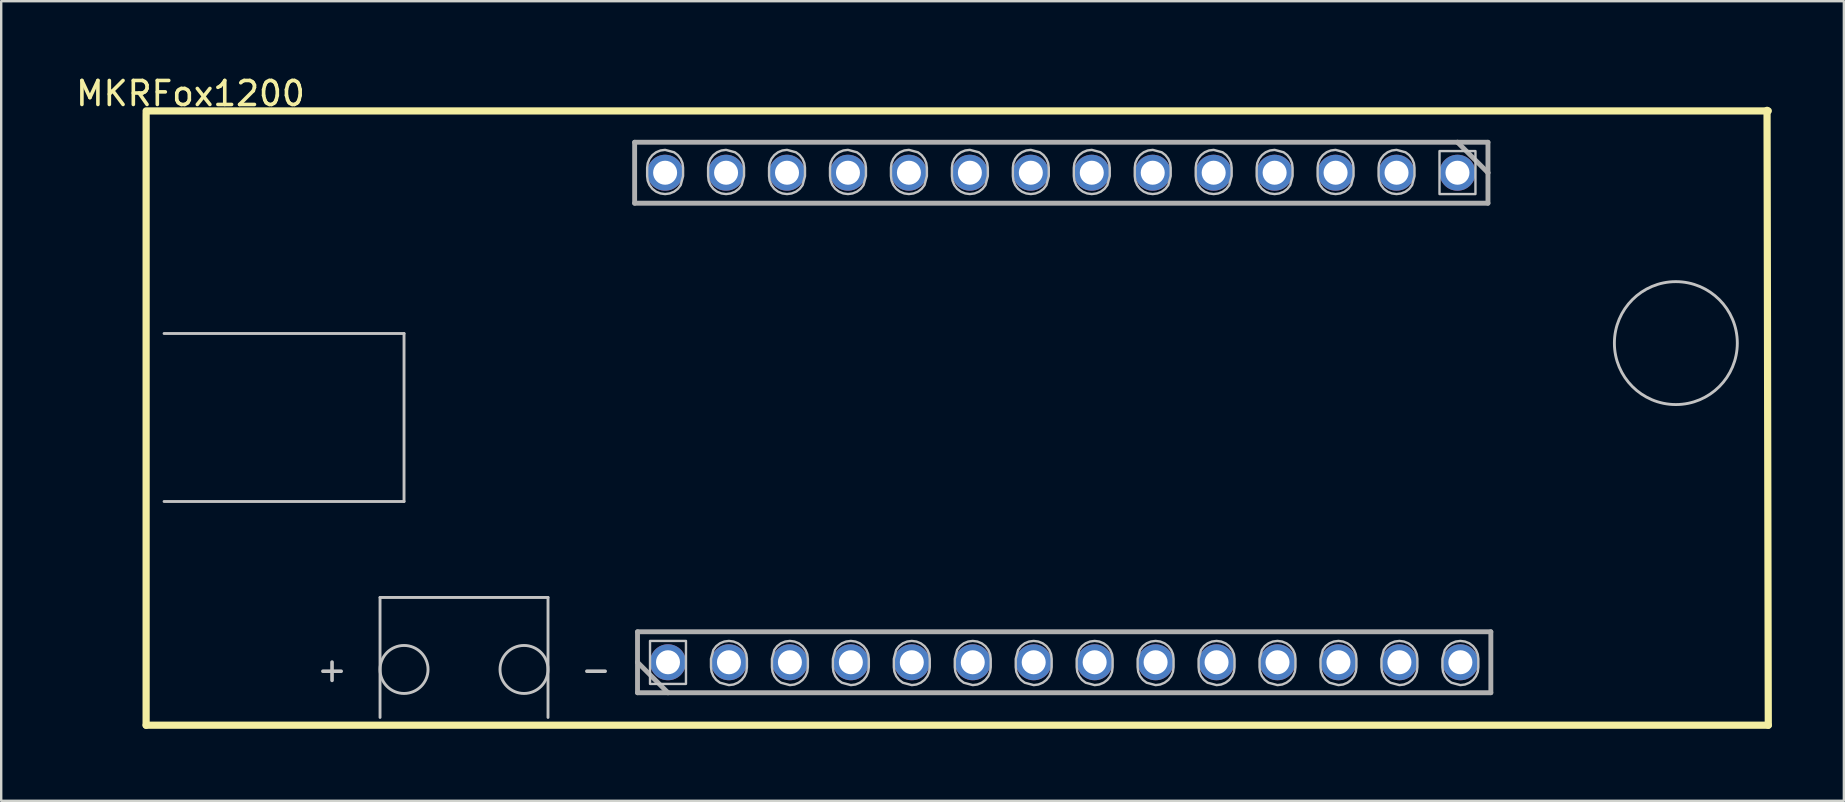
<source format=kicad_pcb>
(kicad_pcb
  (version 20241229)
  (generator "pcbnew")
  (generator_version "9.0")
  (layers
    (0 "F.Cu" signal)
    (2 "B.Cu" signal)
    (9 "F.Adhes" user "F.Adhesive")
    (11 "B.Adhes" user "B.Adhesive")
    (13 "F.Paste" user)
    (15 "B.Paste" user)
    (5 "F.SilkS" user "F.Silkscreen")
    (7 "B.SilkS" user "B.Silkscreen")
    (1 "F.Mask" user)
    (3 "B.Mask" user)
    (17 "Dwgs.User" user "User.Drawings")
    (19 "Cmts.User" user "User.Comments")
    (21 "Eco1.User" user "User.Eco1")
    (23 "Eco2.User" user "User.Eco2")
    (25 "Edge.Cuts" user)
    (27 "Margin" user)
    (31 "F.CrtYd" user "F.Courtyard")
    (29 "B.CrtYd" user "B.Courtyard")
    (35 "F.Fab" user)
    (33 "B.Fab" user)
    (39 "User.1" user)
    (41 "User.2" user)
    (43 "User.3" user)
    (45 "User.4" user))
  (footprint "MKRFox1200"
    (layer "F.Cu")
    (at 35.787 14.848)
    (property "Reference" "MKRFox1200" (at -30.9 -14 180) (layer "F.SilkS") (effects (font (size 1 1) (thickness 0.15))))
    (attr through_hole)
    (fp_poly (pts (xy -11.876 8.671) (xy -10.124 8.671) (xy -10.124 10.729) (xy -11.876 10.729)) (stroke (width 0) (type solid)) (fill yes) (layer "F.Mask"))
    (fp_poly (pts (xy 22.776 -9.671) (xy 21.024 -9.671) (xy 21.024 -11.729) (xy 22.776 -11.729)) (stroke (width 0) (type solid)) (fill yes) (layer "F.Mask"))
    (fp_poly (pts (xy -10.244 -10.84) (xy -10.244 -10.573) (xy -10.244 -10.573) (xy -10.272 -10.344) (xy -10.359 -10.131) (xy -10.498 -9.947) (xy -10.68 -9.805) (xy -11.12 -9.684) (xy -11.12 -9.684) (xy -11.348 -9.716) (xy -11.56 -9.805) (xy -11.742 -9.947) (xy -11.881 -10.131) (xy -11.968 -10.344) (xy -11.996 -10.573) (xy -11.996 -10.84) (xy -11.996 -10.84) (xy -11.966 -11.067) (xy -11.879 -11.278) (xy -11.74 -11.459) (xy -11.558 -11.599) (xy -11.347 -11.686) (xy -11.12 -11.716) (xy -11.12 -11.716) (xy -10.893 -11.686) (xy -10.682 -11.599) (xy -10.5 -11.459) (xy -10.361 -11.278)) (stroke (width 0) (type solid)) (fill yes) (layer "F.Mask"))
    (fp_poly (pts (xy -9.336 9.84) (xy -9.336 9.573) (xy -9.336 9.573) (xy -9.308 9.344) (xy -9.221 9.131) (xy -9.082 8.947) (xy -8.9 8.805) (xy -8.46 8.684) (xy -8.46 8.684) (xy -8.232 8.716) (xy -8.02 8.805) (xy -7.838 8.947) (xy -7.699 9.131) (xy -7.612 9.344) (xy -7.584 9.573) (xy -7.584 9.84) (xy -7.584 9.84) (xy -7.614 10.067) (xy -7.701 10.278) (xy -7.84 10.459) (xy -8.022 10.599) (xy -8.233 10.686) (xy -8.46 10.716) (xy -8.46 10.716) (xy -8.687 10.686) (xy -8.898 10.599) (xy -9.08 10.459) (xy -9.219 10.278)) (stroke (width 0) (type solid)) (fill yes) (layer "F.Mask"))
    (fp_poly (pts (xy -7.704 -10.84) (xy -7.704 -10.573) (xy -7.704 -10.573) (xy -7.732 -10.344) (xy -7.819 -10.131) (xy -7.958 -9.947) (xy -8.14 -9.805) (xy -8.58 -9.684) (xy -8.58 -9.684) (xy -8.808 -9.716) (xy -9.02 -9.805) (xy -9.202 -9.947) (xy -9.341 -10.131) (xy -9.428 -10.344) (xy -9.456 -10.573) (xy -9.456 -10.84) (xy -9.456 -10.84) (xy -9.426 -11.067) (xy -9.339 -11.278) (xy -9.2 -11.459) (xy -9.018 -11.599) (xy -8.807 -11.686) (xy -8.58 -11.716) (xy -8.58 -11.716) (xy -8.353 -11.686) (xy -8.142 -11.599) (xy -7.96 -11.459) (xy -7.821 -11.278)) (stroke (width 0) (type solid)) (fill yes) (layer "F.Mask"))
    (fp_poly (pts (xy -6.796 9.84) (xy -6.796 9.573) (xy -6.796 9.573) (xy -6.768 9.344) (xy -6.681 9.131) (xy -6.542 8.947) (xy -6.36 8.805) (xy -5.92 8.684) (xy -5.92 8.684) (xy -5.692 8.716) (xy -5.48 8.805) (xy -5.298 8.947) (xy -5.159 9.131) (xy -5.072 9.344) (xy -5.044 9.573) (xy -5.044 9.84) (xy -5.044 9.84) (xy -5.074 10.067) (xy -5.161 10.278) (xy -5.3 10.459) (xy -5.482 10.599) (xy -5.693 10.686) (xy -5.92 10.716) (xy -5.92 10.716) (xy -6.147 10.686) (xy -6.358 10.599) (xy -6.54 10.459) (xy -6.679 10.278)) (stroke (width 0) (type solid)) (fill yes) (layer "F.Mask"))
    (fp_poly (pts (xy -5.164 -10.84) (xy -5.164 -10.573) (xy -5.164 -10.573) (xy -5.192 -10.344) (xy -5.279 -10.131) (xy -5.418 -9.947) (xy -5.6 -9.805) (xy -6.04 -9.684) (xy -6.04 -9.684) (xy -6.268 -9.716) (xy -6.48 -9.805) (xy -6.662 -9.947) (xy -6.801 -10.131) (xy -6.888 -10.344) (xy -6.916 -10.573) (xy -6.916 -10.84) (xy -6.916 -10.84) (xy -6.886 -11.067) (xy -6.799 -11.278) (xy -6.66 -11.459) (xy -6.478 -11.599) (xy -6.267 -11.686) (xy -6.04 -11.716) (xy -6.04 -11.716) (xy -5.813 -11.686) (xy -5.602 -11.599) (xy -5.42 -11.459) (xy -5.281 -11.278)) (stroke (width 0) (type solid)) (fill yes) (layer "F.Mask"))
    (fp_poly (pts (xy -4.256 9.84) (xy -4.256 9.573) (xy -4.256 9.573) (xy -4.228 9.344) (xy -4.141 9.131) (xy -4.002 8.947) (xy -3.82 8.805) (xy -3.38 8.684) (xy -3.38 8.684) (xy -3.152 8.716) (xy -2.94 8.805) (xy -2.758 8.947) (xy -2.619 9.131) (xy -2.532 9.344) (xy -2.504 9.573) (xy -2.504 9.84) (xy -2.504 9.84) (xy -2.534 10.067) (xy -2.621 10.278) (xy -2.76 10.459) (xy -2.942 10.599) (xy -3.153 10.686) (xy -3.38 10.716) (xy -3.38 10.716) (xy -3.607 10.686) (xy -3.818 10.599) (xy -4 10.459) (xy -4.139 10.278)) (stroke (width 0) (type solid)) (fill yes) (layer "F.Mask"))
    (fp_poly (pts (xy -2.624 -10.84) (xy -2.624 -10.573) (xy -2.624 -10.573) (xy -2.652 -10.344) (xy -2.739 -10.131) (xy -2.878 -9.947) (xy -3.06 -9.805) (xy -3.5 -9.684) (xy -3.5 -9.684) (xy -3.728 -9.716) (xy -3.94 -9.805) (xy -4.122 -9.947) (xy -4.261 -10.131) (xy -4.348 -10.344) (xy -4.376 -10.573) (xy -4.376 -10.84) (xy -4.376 -10.84) (xy -4.346 -11.067) (xy -4.259 -11.278) (xy -4.12 -11.459) (xy -3.938 -11.599) (xy -3.727 -11.686) (xy -3.5 -11.716) (xy -3.5 -11.716) (xy -3.273 -11.686) (xy -3.062 -11.599) (xy -2.88 -11.459) (xy -2.741 -11.278)) (stroke (width 0) (type solid)) (fill yes) (layer "F.Mask"))
    (fp_poly (pts (xy -1.716 9.84) (xy -1.716 9.573) (xy -1.716 9.573) (xy -1.688 9.344) (xy -1.601 9.131) (xy -1.462 8.947) (xy -1.28 8.805) (xy -0.84 8.684) (xy -0.84 8.684) (xy -0.612 8.716) (xy -0.4 8.805) (xy -0.218 8.947) (xy -0.079 9.131) (xy 0.008 9.344) (xy 0.036 9.573) (xy 0.036 9.84) (xy 0.036 9.84) (xy 0.006 10.067) (xy -0.081 10.278) (xy -0.22 10.459) (xy -0.402 10.599) (xy -0.613 10.686) (xy -0.84 10.716) (xy -0.84 10.716) (xy -1.067 10.686) (xy -1.278 10.599) (xy -1.46 10.459) (xy -1.599 10.278)) (stroke (width 0) (type solid)) (fill yes) (layer "F.Mask"))
    (fp_poly (pts (xy -0.084 -10.84) (xy -0.084 -10.573) (xy -0.084 -10.573) (xy -0.112 -10.344) (xy -0.199 -10.131) (xy -0.338 -9.947) (xy -0.52 -9.805) (xy -0.96 -9.684) (xy -0.96 -9.684) (xy -1.188 -9.716) (xy -1.4 -9.805) (xy -1.582 -9.947) (xy -1.721 -10.131) (xy -1.808 -10.344) (xy -1.836 -10.573) (xy -1.836 -10.84) (xy -1.836 -10.84) (xy -1.806 -11.067) (xy -1.719 -11.278) (xy -1.58 -11.459) (xy -1.398 -11.599) (xy -1.187 -11.686) (xy -0.96 -11.716) (xy -0.96 -11.716) (xy -0.733 -11.686) (xy -0.522 -11.599) (xy -0.34 -11.459) (xy -0.201 -11.278)) (stroke (width 0) (type solid)) (fill yes) (layer "F.Mask"))
    (fp_poly (pts (xy 0.824 9.84) (xy 0.824 9.573) (xy 0.824 9.573) (xy 0.852 9.344) (xy 0.939 9.131) (xy 1.078 8.947) (xy 1.26 8.805) (xy 1.7 8.684) (xy 1.7 8.684) (xy 1.928 8.716) (xy 2.14 8.805) (xy 2.322 8.947) (xy 2.461 9.131) (xy 2.548 9.344) (xy 2.576 9.573) (xy 2.576 9.84) (xy 2.576 9.84) (xy 2.546 10.067) (xy 2.459 10.278) (xy 2.32 10.459) (xy 2.138 10.599) (xy 1.927 10.686) (xy 1.7 10.716) (xy 1.7 10.716) (xy 1.473 10.686) (xy 1.262 10.599) (xy 1.08 10.459) (xy 0.941 10.278)) (stroke (width 0) (type solid)) (fill yes) (layer "F.Mask"))
    (fp_poly (pts (xy 2.456 -10.84) (xy 2.456 -10.573) (xy 2.456 -10.573) (xy 2.428 -10.344) (xy 2.341 -10.131) (xy 2.202 -9.947) (xy 2.02 -9.805) (xy 1.58 -9.684) (xy 1.58 -9.684) (xy 1.352 -9.716) (xy 1.14 -9.805) (xy 0.958 -9.947) (xy 0.819 -10.131) (xy 0.732 -10.344) (xy 0.704 -10.573) (xy 0.704 -10.84) (xy 0.704 -10.84) (xy 0.734 -11.067) (xy 0.821 -11.278) (xy 0.96 -11.459) (xy 1.142 -11.599) (xy 1.353 -11.686) (xy 1.58 -11.716) (xy 1.58 -11.716) (xy 1.807 -11.686) (xy 2.018 -11.599) (xy 2.2 -11.459) (xy 2.339 -11.278)) (stroke (width 0) (type solid)) (fill yes) (layer "F.Mask"))
    (fp_poly (pts (xy 3.364 9.84) (xy 3.364 9.573) (xy 3.364 9.573) (xy 3.392 9.344) (xy 3.479 9.131) (xy 3.618 8.947) (xy 3.8 8.805) (xy 4.24 8.684) (xy 4.24 8.684) (xy 4.468 8.716) (xy 4.68 8.805) (xy 4.862 8.947) (xy 5.001 9.131) (xy 5.088 9.344) (xy 5.116 9.573) (xy 5.116 9.84) (xy 5.116 9.84) (xy 5.086 10.067) (xy 4.999 10.278) (xy 4.86 10.459) (xy 4.678 10.599) (xy 4.467 10.686) (xy 4.24 10.716) (xy 4.24 10.716) (xy 4.013 10.686) (xy 3.802 10.599) (xy 3.62 10.459) (xy 3.481 10.278)) (stroke (width 0) (type solid)) (fill yes) (layer "F.Mask"))
    (fp_poly (pts (xy 4.996 -10.84) (xy 4.996 -10.573) (xy 4.996 -10.573) (xy 4.968 -10.344) (xy 4.881 -10.131) (xy 4.742 -9.947) (xy 4.56 -9.805) (xy 4.12 -9.684) (xy 4.12 -9.684) (xy 3.892 -9.716) (xy 3.68 -9.805) (xy 3.498 -9.947) (xy 3.359 -10.131) (xy 3.272 -10.344) (xy 3.244 -10.573) (xy 3.244 -10.84) (xy 3.244 -10.84) (xy 3.274 -11.067) (xy 3.361 -11.278) (xy 3.5 -11.459) (xy 3.682 -11.599) (xy 3.893 -11.686) (xy 4.12 -11.716) (xy 4.12 -11.716) (xy 4.347 -11.686) (xy 4.558 -11.599) (xy 4.74 -11.459) (xy 4.879 -11.278)) (stroke (width 0) (type solid)) (fill yes) (layer "F.Mask"))
    (fp_poly (pts (xy 5.904 9.84) (xy 5.904 9.573) (xy 5.904 9.573) (xy 5.932 9.344) (xy 6.019 9.131) (xy 6.158 8.947) (xy 6.34 8.805) (xy 6.78 8.684) (xy 6.78 8.684) (xy 7.008 8.716) (xy 7.22 8.805) (xy 7.402 8.947) (xy 7.541 9.131) (xy 7.628 9.344) (xy 7.656 9.573) (xy 7.656 9.84) (xy 7.656 9.84) (xy 7.626 10.067) (xy 7.539 10.278) (xy 7.4 10.459) (xy 7.218 10.599) (xy 7.007 10.686) (xy 6.78 10.716) (xy 6.78 10.716) (xy 6.553 10.686) (xy 6.342 10.599) (xy 6.16 10.459) (xy 6.021 10.278)) (stroke (width 0) (type solid)) (fill yes) (layer "F.Mask"))
    (fp_poly (pts (xy 7.536 -10.84) (xy 7.536 -10.573) (xy 7.536 -10.573) (xy 7.508 -10.344) (xy 7.421 -10.131) (xy 7.282 -9.947) (xy 7.1 -9.805) (xy 6.66 -9.684) (xy 6.66 -9.684) (xy 6.432 -9.716) (xy 6.22 -9.805) (xy 6.038 -9.947) (xy 5.899 -10.131) (xy 5.812 -10.344) (xy 5.784 -10.573) (xy 5.784 -10.84) (xy 5.784 -10.84) (xy 5.814 -11.067) (xy 5.901 -11.278) (xy 6.04 -11.459) (xy 6.222 -11.599) (xy 6.433 -11.686) (xy 6.66 -11.716) (xy 6.66 -11.716) (xy 6.887 -11.686) (xy 7.098 -11.599) (xy 7.28 -11.459) (xy 7.419 -11.278)) (stroke (width 0) (type solid)) (fill yes) (layer "F.Mask"))
    (fp_poly (pts (xy 8.444 9.84) (xy 8.444 9.573) (xy 8.444 9.573) (xy 8.472 9.344) (xy 8.559 9.131) (xy 8.698 8.947) (xy 8.88 8.805) (xy 9.32 8.684) (xy 9.32 8.684) (xy 9.548 8.716) (xy 9.76 8.805) (xy 9.942 8.947) (xy 10.081 9.131) (xy 10.168 9.344) (xy 10.196 9.573) (xy 10.196 9.84) (xy 10.196 9.84) (xy 10.166 10.067) (xy 10.079 10.278) (xy 9.94 10.459) (xy 9.758 10.599) (xy 9.547 10.686) (xy 9.32 10.716) (xy 9.32 10.716) (xy 9.093 10.686) (xy 8.882 10.599) (xy 8.7 10.459) (xy 8.561 10.278)) (stroke (width 0) (type solid)) (fill yes) (layer "F.Mask"))
    (fp_poly (pts (xy 10.076 -10.84) (xy 10.076 -10.573) (xy 10.076 -10.573) (xy 10.048 -10.344) (xy 9.961 -10.131) (xy 9.822 -9.947) (xy 9.64 -9.805) (xy 9.2 -9.684) (xy 9.2 -9.684) (xy 8.972 -9.716) (xy 8.76 -9.805) (xy 8.578 -9.947) (xy 8.439 -10.131) (xy 8.352 -10.344) (xy 8.324 -10.573) (xy 8.324 -10.84) (xy 8.324 -10.84) (xy 8.354 -11.067) (xy 8.441 -11.278) (xy 8.58 -11.459) (xy 8.762 -11.599) (xy 8.973 -11.686) (xy 9.2 -11.716) (xy 9.2 -11.716) (xy 9.427 -11.686) (xy 9.638 -11.599) (xy 9.82 -11.459) (xy 9.959 -11.278)) (stroke (width 0) (type solid)) (fill yes) (layer "F.Mask"))
    (fp_poly (pts (xy 10.984 9.84) (xy 10.984 9.573) (xy 10.984 9.573) (xy 11.012 9.344) (xy 11.099 9.131) (xy 11.238 8.947) (xy 11.42 8.805) (xy 11.86 8.684) (xy 11.86 8.684) (xy 12.088 8.716) (xy 12.3 8.805) (xy 12.482 8.947) (xy 12.621 9.131) (xy 12.708 9.344) (xy 12.736 9.573) (xy 12.736 9.84) (xy 12.736 9.84) (xy 12.706 10.067) (xy 12.619 10.278) (xy 12.48 10.459) (xy 12.298 10.599) (xy 12.087 10.686) (xy 11.86 10.716) (xy 11.86 10.716) (xy 11.633 10.686) (xy 11.422 10.599) (xy 11.24 10.459) (xy 11.101 10.278)) (stroke (width 0) (type solid)) (fill yes) (layer "F.Mask"))
    (fp_poly (pts (xy 12.616 -10.84) (xy 12.616 -10.573) (xy 12.616 -10.573) (xy 12.588 -10.344) (xy 12.501 -10.131) (xy 12.362 -9.947) (xy 12.18 -9.805) (xy 11.74 -9.684) (xy 11.74 -9.684) (xy 11.512 -9.716) (xy 11.3 -9.805) (xy 11.118 -9.947) (xy 10.979 -10.131) (xy 10.892 -10.344) (xy 10.864 -10.573) (xy 10.864 -10.84) (xy 10.864 -10.84) (xy 10.894 -11.067) (xy 10.981 -11.278) (xy 11.12 -11.459) (xy 11.302 -11.599) (xy 11.513 -11.686) (xy 11.74 -11.716) (xy 11.74 -11.716) (xy 11.967 -11.686) (xy 12.178 -11.599) (xy 12.36 -11.459) (xy 12.499 -11.278)) (stroke (width 0) (type solid)) (fill yes) (layer "F.Mask"))
    (fp_poly (pts (xy 13.524 9.84) (xy 13.524 9.573) (xy 13.524 9.573) (xy 13.552 9.344) (xy 13.639 9.131) (xy 13.778 8.947) (xy 13.96 8.805) (xy 14.4 8.684) (xy 14.4 8.684) (xy 14.628 8.716) (xy 14.84 8.805) (xy 15.022 8.947) (xy 15.161 9.131) (xy 15.248 9.344) (xy 15.276 9.573) (xy 15.276 9.84) (xy 15.276 9.84) (xy 15.246 10.067) (xy 15.159 10.278) (xy 15.02 10.459) (xy 14.838 10.599) (xy 14.627 10.686) (xy 14.4 10.716) (xy 14.4 10.716) (xy 14.173 10.686) (xy 13.962 10.599) (xy 13.78 10.459) (xy 13.641 10.278)) (stroke (width 0) (type solid)) (fill yes) (layer "F.Mask"))
    (fp_poly (pts (xy 15.156 -10.84) (xy 15.156 -10.573) (xy 15.156 -10.573) (xy 15.128 -10.344) (xy 15.041 -10.131) (xy 14.902 -9.947) (xy 14.72 -9.805) (xy 14.28 -9.684) (xy 14.28 -9.684) (xy 14.052 -9.716) (xy 13.84 -9.805) (xy 13.658 -9.947) (xy 13.519 -10.131) (xy 13.432 -10.344) (xy 13.404 -10.573) (xy 13.404 -10.84) (xy 13.404 -10.84) (xy 13.434 -11.067) (xy 13.521 -11.278) (xy 13.66 -11.459) (xy 13.842 -11.599) (xy 14.053 -11.686) (xy 14.28 -11.716) (xy 14.28 -11.716) (xy 14.507 -11.686) (xy 14.718 -11.599) (xy 14.9 -11.459) (xy 15.039 -11.278)) (stroke (width 0) (type solid)) (fill yes) (layer "F.Mask"))
    (fp_poly (pts (xy 16.064 9.84) (xy 16.064 9.573) (xy 16.064 9.573) (xy 16.092 9.344) (xy 16.179 9.131) (xy 16.318 8.947) (xy 16.5 8.805) (xy 16.94 8.684) (xy 16.94 8.684) (xy 17.168 8.716) (xy 17.38 8.805) (xy 17.562 8.947) (xy 17.701 9.131) (xy 17.788 9.344) (xy 17.816 9.573) (xy 17.816 9.84) (xy 17.816 9.84) (xy 17.786 10.067) (xy 17.699 10.278) (xy 17.56 10.459) (xy 17.378 10.599) (xy 17.167 10.686) (xy 16.94 10.716) (xy 16.94 10.716) (xy 16.713 10.686) (xy 16.502 10.599) (xy 16.32 10.459) (xy 16.181 10.278)) (stroke (width 0) (type solid)) (fill yes) (layer "F.Mask"))
    (fp_poly (pts (xy 17.696 -10.84) (xy 17.696 -10.573) (xy 17.696 -10.573) (xy 17.668 -10.344) (xy 17.581 -10.131) (xy 17.442 -9.947) (xy 17.26 -9.805) (xy 16.82 -9.684) (xy 16.82 -9.684) (xy 16.592 -9.716) (xy 16.38 -9.805) (xy 16.198 -9.947) (xy 16.059 -10.131) (xy 15.972 -10.344) (xy 15.944 -10.573) (xy 15.944 -10.84) (xy 15.944 -10.84) (xy 15.974 -11.067) (xy 16.061 -11.278) (xy 16.2 -11.459) (xy 16.382 -11.599) (xy 16.593 -11.686) (xy 16.82 -11.716) (xy 16.82 -11.716) (xy 17.047 -11.686) (xy 17.258 -11.599) (xy 17.44 -11.459) (xy 17.579 -11.278)) (stroke (width 0) (type solid)) (fill yes) (layer "F.Mask"))
    (fp_poly (pts (xy 18.604 9.84) (xy 18.604 9.573) (xy 18.604 9.573) (xy 18.632 9.344) (xy 18.719 9.131) (xy 18.858 8.947) (xy 19.04 8.805) (xy 19.48 8.684) (xy 19.48 8.684) (xy 19.708 8.716) (xy 19.92 8.805) (xy 20.102 8.947) (xy 20.241 9.131) (xy 20.328 9.344) (xy 20.356 9.573) (xy 20.356 9.84) (xy 20.356 9.84) (xy 20.326 10.067) (xy 20.239 10.278) (xy 20.1 10.459) (xy 19.918 10.599) (xy 19.707 10.686) (xy 19.48 10.716) (xy 19.48 10.716) (xy 19.253 10.686) (xy 19.042 10.599) (xy 18.86 10.459) (xy 18.721 10.278)) (stroke (width 0) (type solid)) (fill yes) (layer "F.Mask"))
    (fp_poly (pts (xy 20.236 -10.84) (xy 20.236 -10.573) (xy 20.236 -10.573) (xy 20.208 -10.344) (xy 20.121 -10.131) (xy 19.982 -9.947) (xy 19.8 -9.805) (xy 19.36 -9.684) (xy 19.36 -9.684) (xy 19.132 -9.716) (xy 18.92 -9.805) (xy 18.738 -9.947) (xy 18.599 -10.131) (xy 18.512 -10.344) (xy 18.484 -10.573) (xy 18.484 -10.84) (xy 18.484 -10.84) (xy 18.514 -11.067) (xy 18.601 -11.278) (xy 18.74 -11.459) (xy 18.922 -11.599) (xy 19.133 -11.686) (xy 19.36 -11.716) (xy 19.36 -11.716) (xy 19.587 -11.686) (xy 19.798 -11.599) (xy 19.98 -11.459) (xy 20.119 -11.278)) (stroke (width 0) (type solid)) (fill yes) (layer "F.Mask"))
    (fp_poly (pts (xy 21.144 9.84) (xy 21.144 9.573) (xy 21.144 9.573) (xy 21.172 9.344) (xy 21.259 9.131) (xy 21.398 8.947) (xy 21.58 8.805) (xy 22.02 8.684) (xy 22.02 8.684) (xy 22.248 8.716) (xy 22.46 8.805) (xy 22.642 8.947) (xy 22.781 9.131) (xy 22.868 9.344) (xy 22.896 9.573) (xy 22.896 9.84) (xy 22.896 9.84) (xy 22.866 10.067) (xy 22.779 10.278) (xy 22.64 10.459) (xy 22.458 10.599) (xy 22.247 10.686) (xy 22.02 10.716) (xy 22.02 10.716) (xy 21.793 10.686) (xy 21.582 10.599) (xy 21.4 10.459) (xy 21.261 10.278)) (stroke (width 0) (type solid)) (fill yes) (layer "F.Mask"))
    (fp_line (start -32.748 -13.176) (end -32.748 12.324) (stroke (width 0.3) (type solid)) (layer "F.SilkS"))
    (fp_line (start -32.748 12.324) (end 34.852 12.324) (stroke (width 0.3) (type solid)) (layer "F.SilkS"))
    (fp_line (start 34.852 -13.276) (end -32.748 -13.276) (stroke (width 0.3) (type solid)) (layer "F.SilkS"))
    (fp_line (start 34.852 12.324) (end 34.8 -13.3) (stroke (width 0.3) (type solid)) (layer "F.SilkS"))
    (fp_line (start -32 -4) (end -22 -4) (stroke (width 0.12) (type solid)) (layer "Dwgs.User"))
    (fp_line (start -23 7) (end -16 7) (stroke (width 0.12) (type solid)) (layer "Dwgs.User"))
    (fp_line (start -23 12) (end -23 7) (stroke (width 0.12) (type solid)) (layer "Dwgs.User"))
    (fp_line (start -22 -4) (end -22 3) (stroke (width 0.12) (type solid)) (layer "Dwgs.User"))
    (fp_line (start -22 3) (end -32 3) (stroke (width 0.12) (type solid)) (layer "Dwgs.User"))
    (fp_line (start -16 7) (end -16 12) (stroke (width 0.12) (type solid)) (layer "Dwgs.User"))
    (fp_line (start -11 10.05) (end -11 9.35) (stroke (width 0.05) (type solid)) (layer "Dwgs.User"))
    (fp_line (start -10.65 9.7) (end -11.35 9.7) (stroke (width 0.05) (type solid)) (layer "Dwgs.User"))
    (fp_line (start 21.55 -10.7) (end 22.25 -10.7) (stroke (width 0.05) (type solid)) (layer "Dwgs.User"))
    (fp_line (start 21.9 -11.05) (end 21.9 -10.35) (stroke (width 0.05) (type solid)) (layer "Dwgs.User"))
    (fp_circle (center -22 10) (end -22 9) (stroke (width 0.12) (type solid)) (fill no) (layer "Dwgs.User"))
    (fp_circle (center -17 10) (end -18 10) (stroke (width 0.12) (type solid)) (fill no) (layer "Dwgs.User"))
    (fp_circle (center -11 9.7) (end -10.75 9.7) (stroke (width 0.05) (type solid)) (fill no) (layer "Dwgs.User"))
    (fp_circle (center 21.9 -10.7) (end 21.65 -10.7) (stroke (width 0.05) (type solid)) (fill no) (layer "Dwgs.User"))
    (fp_circle (center 31 -3.6) (end 29 -5.2) (stroke (width 0.12) (type solid)) (fill no) (layer "Dwgs.User"))
    (fp_poly (pts (xy -11 8.811) (xy -11.749 8.811) (xy -11.749 10.602) (xy -10.251 10.602) (xy -10.251 8.811)) (stroke (width 0.1) (type solid)) (fill no) (layer "Dwgs.User"))
    (fp_poly (pts (xy 21.9 -9.811) (xy 22.649 -9.811) (xy 22.649 -11.602) (xy 21.151 -11.602) (xy 21.151 -9.811)) (stroke (width 0.1) (type solid)) (fill no) (layer "Dwgs.User"))
    (fp_poly (pts (xy -11.12 -9.811) (xy -11.12 -9.811) (xy -10.926 -9.837) (xy -10.745 -9.911) (xy -10.59 -10.03) (xy -10.471 -10.186) (xy -10.371 -10.56) (xy -10.371 -10.7) (xy -10.371 -10.903) (xy -10.371 -10.903) (xy -10.396 -11.097) (xy -10.471 -11.278) (xy -10.59 -11.433) (xy -10.745 -11.552) (xy -11.12 -11.652) (xy -11.12 -11.652) (xy -11.314 -11.627) (xy -11.495 -11.552) (xy -11.65 -11.433) (xy -11.769 -11.278) (xy -11.844 -11.097) (xy -11.869 -10.903) (xy -11.869 -10.7) (xy -11.869 -10.56) (xy -11.869 -10.56) (xy -11.844 -10.366) (xy -11.769 -10.186) (xy -11.65 -10.03) (xy -11.495 -9.911) (xy -11.314 -9.837)) (stroke (width 0.1) (type solid)) (fill no) (layer "Dwgs.User"))
    (fp_poly (pts (xy -8.58 -9.811) (xy -8.58 -9.811) (xy -8.386 -9.837) (xy -8.205 -9.911) (xy -8.05 -10.03) (xy -7.931 -10.186) (xy -7.831 -10.56) (xy -7.831 -10.7) (xy -7.831 -10.903) (xy -7.831 -10.903) (xy -7.856 -11.097) (xy -7.931 -11.278) (xy -8.05 -11.433) (xy -8.205 -11.552) (xy -8.58 -11.652) (xy -8.58 -11.652) (xy -8.774 -11.627) (xy -8.955 -11.552) (xy -9.11 -11.433) (xy -9.229 -11.278) (xy -9.304 -11.097) (xy -9.329 -10.903) (xy -9.329 -10.7) (xy -9.329 -10.56) (xy -9.329 -10.56) (xy -9.304 -10.366) (xy -9.229 -10.186) (xy -9.11 -10.03) (xy -8.955 -9.911) (xy -8.774 -9.837)) (stroke (width 0.1) (type solid)) (fill no) (layer "Dwgs.User"))
    (fp_poly (pts (xy -8.46 8.811) (xy -8.46 8.811) (xy -8.654 8.837) (xy -8.835 8.911) (xy -8.99 9.03) (xy -9.109 9.186) (xy -9.209 9.56) (xy -9.209 9.7) (xy -9.209 9.903) (xy -9.209 9.903) (xy -9.184 10.097) (xy -9.109 10.278) (xy -8.99 10.433) (xy -8.835 10.552) (xy -8.46 10.652) (xy -8.46 10.652) (xy -8.266 10.627) (xy -8.085 10.552) (xy -7.93 10.433) (xy -7.811 10.278) (xy -7.736 10.097) (xy -7.711 9.903) (xy -7.711 9.7) (xy -7.711 9.56) (xy -7.711 9.56) (xy -7.736 9.366) (xy -7.811 9.186) (xy -7.93 9.03) (xy -8.085 8.911) (xy -8.266 8.837)) (stroke (width 0.1) (type solid)) (fill no) (layer "Dwgs.User"))
    (fp_poly (pts (xy -6.04 -9.811) (xy -6.04 -9.811) (xy -5.846 -9.837) (xy -5.665 -9.911) (xy -5.51 -10.03) (xy -5.391 -10.186) (xy -5.291 -10.56) (xy -5.291 -10.7) (xy -5.291 -10.903) (xy -5.291 -10.903) (xy -5.316 -11.097) (xy -5.391 -11.278) (xy -5.51 -11.433) (xy -5.665 -11.552) (xy -6.04 -11.652) (xy -6.04 -11.652) (xy -6.234 -11.627) (xy -6.415 -11.552) (xy -6.57 -11.433) (xy -6.689 -11.278) (xy -6.764 -11.097) (xy -6.789 -10.903) (xy -6.789 -10.7) (xy -6.789 -10.56) (xy -6.789 -10.56) (xy -6.764 -10.366) (xy -6.689 -10.186) (xy -6.57 -10.03) (xy -6.415 -9.911) (xy -6.234 -9.837)) (stroke (width 0.1) (type solid)) (fill no) (layer "Dwgs.User"))
    (fp_poly (pts (xy -5.92 8.811) (xy -5.92 8.811) (xy -6.114 8.837) (xy -6.295 8.911) (xy -6.45 9.03) (xy -6.569 9.186) (xy -6.669 9.56) (xy -6.669 9.7) (xy -6.669 9.903) (xy -6.669 9.903) (xy -6.644 10.097) (xy -6.569 10.278) (xy -6.45 10.433) (xy -6.295 10.552) (xy -5.92 10.652) (xy -5.92 10.652) (xy -5.726 10.627) (xy -5.545 10.552) (xy -5.39 10.433) (xy -5.271 10.278) (xy -5.196 10.097) (xy -5.171 9.903) (xy -5.171 9.7) (xy -5.171 9.56) (xy -5.171 9.56) (xy -5.196 9.366) (xy -5.271 9.186) (xy -5.39 9.03) (xy -5.545 8.911) (xy -5.726 8.837)) (stroke (width 0.1) (type solid)) (fill no) (layer "Dwgs.User"))
    (fp_poly (pts (xy -3.5 -9.811) (xy -3.5 -9.811) (xy -3.306 -9.837) (xy -3.125 -9.911) (xy -2.97 -10.03) (xy -2.851 -10.186) (xy -2.751 -10.56) (xy -2.751 -10.7) (xy -2.751 -10.903) (xy -2.751 -10.903) (xy -2.776 -11.097) (xy -2.851 -11.278) (xy -2.97 -11.433) (xy -3.125 -11.552) (xy -3.5 -11.652) (xy -3.5 -11.652) (xy -3.694 -11.627) (xy -3.875 -11.552) (xy -4.03 -11.433) (xy -4.149 -11.278) (xy -4.224 -11.097) (xy -4.249 -10.903) (xy -4.249 -10.7) (xy -4.249 -10.56) (xy -4.249 -10.56) (xy -4.224 -10.366) (xy -4.149 -10.186) (xy -4.03 -10.03) (xy -3.875 -9.911) (xy -3.694 -9.837)) (stroke (width 0.1) (type solid)) (fill no) (layer "Dwgs.User"))
    (fp_poly (pts (xy -3.38 8.811) (xy -3.38 8.811) (xy -3.574 8.837) (xy -3.755 8.911) (xy -3.91 9.03) (xy -4.029 9.186) (xy -4.129 9.56) (xy -4.129 9.7) (xy -4.129 9.903) (xy -4.129 9.903) (xy -4.104 10.097) (xy -4.029 10.278) (xy -3.91 10.433) (xy -3.755 10.552) (xy -3.38 10.652) (xy -3.38 10.652) (xy -3.186 10.627) (xy -3.005 10.552) (xy -2.85 10.433) (xy -2.731 10.278) (xy -2.656 10.097) (xy -2.631 9.903) (xy -2.631 9.7) (xy -2.631 9.56) (xy -2.631 9.56) (xy -2.656 9.366) (xy -2.731 9.186) (xy -2.85 9.03) (xy -3.005 8.911) (xy -3.186 8.837)) (stroke (width 0.1) (type solid)) (fill no) (layer "Dwgs.User"))
    (fp_poly (pts (xy -0.96 -9.811) (xy -0.96 -9.811) (xy -0.766 -9.837) (xy -0.585 -9.911) (xy -0.43 -10.03) (xy -0.311 -10.186) (xy -0.211 -10.56) (xy -0.211 -10.7) (xy -0.211 -10.903) (xy -0.211 -10.903) (xy -0.236 -11.097) (xy -0.311 -11.278) (xy -0.43 -11.433) (xy -0.585 -11.552) (xy -0.96 -11.652) (xy -0.96 -11.652) (xy -1.154 -11.627) (xy -1.335 -11.552) (xy -1.49 -11.433) (xy -1.609 -11.278) (xy -1.684 -11.097) (xy -1.709 -10.903) (xy -1.709 -10.7) (xy -1.709 -10.56) (xy -1.709 -10.56) (xy -1.684 -10.366) (xy -1.609 -10.186) (xy -1.49 -10.03) (xy -1.335 -9.911) (xy -1.154 -9.837)) (stroke (width 0.1) (type solid)) (fill no) (layer "Dwgs.User"))
    (fp_poly (pts (xy -0.84 8.811) (xy -0.84 8.811) (xy -1.034 8.837) (xy -1.215 8.911) (xy -1.37 9.03) (xy -1.489 9.186) (xy -1.589 9.56) (xy -1.589 9.7) (xy -1.589 9.903) (xy -1.589 9.903) (xy -1.564 10.097) (xy -1.489 10.278) (xy -1.37 10.433) (xy -1.215 10.552) (xy -0.84 10.652) (xy -0.84 10.652) (xy -0.646 10.627) (xy -0.465 10.552) (xy -0.31 10.433) (xy -0.191 10.278) (xy -0.116 10.097) (xy -0.091 9.903) (xy -0.091 9.7) (xy -0.091 9.56) (xy -0.091 9.56) (xy -0.116 9.366) (xy -0.191 9.186) (xy -0.31 9.03) (xy -0.465 8.911) (xy -0.646 8.837)) (stroke (width 0.1) (type solid)) (fill no) (layer "Dwgs.User"))
    (fp_poly (pts (xy 1.58 -9.811) (xy 1.58 -9.811) (xy 1.774 -9.837) (xy 1.955 -9.911) (xy 2.11 -10.03) (xy 2.229 -10.186) (xy 2.329 -10.56) (xy 2.329 -10.7) (xy 2.329 -10.903) (xy 2.329 -10.903) (xy 2.304 -11.097) (xy 2.229 -11.278) (xy 2.11 -11.433) (xy 1.955 -11.552) (xy 1.58 -11.652) (xy 1.58 -11.652) (xy 1.386 -11.627) (xy 1.205 -11.552) (xy 1.05 -11.433) (xy 0.931 -11.278) (xy 0.856 -11.097) (xy 0.831 -10.903) (xy 0.831 -10.7) (xy 0.831 -10.56) (xy 0.831 -10.56) (xy 0.856 -10.366) (xy 0.931 -10.186) (xy 1.05 -10.03) (xy 1.205 -9.911) (xy 1.386 -9.837)) (stroke (width 0.1) (type solid)) (fill no) (layer "Dwgs.User"))
    (fp_poly (pts (xy 1.7 8.811) (xy 1.7 8.811) (xy 1.506 8.837) (xy 1.325 8.911) (xy 1.17 9.03) (xy 1.051 9.186) (xy 0.951 9.56) (xy 0.951 9.7) (xy 0.951 9.903) (xy 0.951 9.903) (xy 0.976 10.097) (xy 1.051 10.278) (xy 1.17 10.433) (xy 1.325 10.552) (xy 1.7 10.652) (xy 1.7 10.652) (xy 1.894 10.627) (xy 2.075 10.552) (xy 2.23 10.433) (xy 2.349 10.278) (xy 2.424 10.097) (xy 2.449 9.903) (xy 2.449 9.7) (xy 2.449 9.56) (xy 2.449 9.56) (xy 2.424 9.366) (xy 2.349 9.186) (xy 2.23 9.03) (xy 2.075 8.911) (xy 1.894 8.837)) (stroke (width 0.1) (type solid)) (fill no) (layer "Dwgs.User"))
    (fp_poly (pts (xy 4.12 -9.811) (xy 4.12 -9.811) (xy 4.314 -9.837) (xy 4.495 -9.911) (xy 4.65 -10.03) (xy 4.769 -10.186) (xy 4.869 -10.56) (xy 4.869 -10.7) (xy 4.869 -10.903) (xy 4.869 -10.903) (xy 4.844 -11.097) (xy 4.769 -11.278) (xy 4.65 -11.433) (xy 4.495 -11.552) (xy 4.12 -11.652) (xy 4.12 -11.652) (xy 3.926 -11.627) (xy 3.745 -11.552) (xy 3.59 -11.433) (xy 3.471 -11.278) (xy 3.396 -11.097) (xy 3.371 -10.903) (xy 3.371 -10.7) (xy 3.371 -10.56) (xy 3.371 -10.56) (xy 3.396 -10.366) (xy 3.471 -10.186) (xy 3.59 -10.03) (xy 3.745 -9.911) (xy 3.926 -9.837)) (stroke (width 0.1) (type solid)) (fill no) (layer "Dwgs.User"))
    (fp_poly (pts (xy 4.24 8.811) (xy 4.24 8.811) (xy 4.046 8.837) (xy 3.865 8.911) (xy 3.71 9.03) (xy 3.591 9.186) (xy 3.491 9.56) (xy 3.491 9.7) (xy 3.491 9.903) (xy 3.491 9.903) (xy 3.516 10.097) (xy 3.591 10.278) (xy 3.71 10.433) (xy 3.865 10.552) (xy 4.24 10.652) (xy 4.24 10.652) (xy 4.434 10.627) (xy 4.615 10.552) (xy 4.77 10.433) (xy 4.889 10.278) (xy 4.964 10.097) (xy 4.989 9.903) (xy 4.989 9.7) (xy 4.989 9.56) (xy 4.989 9.56) (xy 4.964 9.366) (xy 4.889 9.186) (xy 4.77 9.03) (xy 4.615 8.911) (xy 4.434 8.837)) (stroke (width 0.1) (type solid)) (fill no) (layer "Dwgs.User"))
    (fp_poly (pts (xy 6.66 -9.811) (xy 6.66 -9.811) (xy 6.854 -9.837) (xy 7.035 -9.911) (xy 7.19 -10.03) (xy 7.309 -10.186) (xy 7.409 -10.56) (xy 7.409 -10.7) (xy 7.409 -10.903) (xy 7.409 -10.903) (xy 7.384 -11.097) (xy 7.309 -11.278) (xy 7.19 -11.433) (xy 7.035 -11.552) (xy 6.66 -11.652) (xy 6.66 -11.652) (xy 6.466 -11.627) (xy 6.285 -11.552) (xy 6.13 -11.433) (xy 6.011 -11.278) (xy 5.936 -11.097) (xy 5.911 -10.903) (xy 5.911 -10.7) (xy 5.911 -10.56) (xy 5.911 -10.56) (xy 5.936 -10.366) (xy 6.011 -10.186) (xy 6.13 -10.03) (xy 6.285 -9.911) (xy 6.466 -9.837)) (stroke (width 0.1) (type solid)) (fill no) (layer "Dwgs.User"))
    (fp_poly (pts (xy 6.78 8.811) (xy 6.78 8.811) (xy 6.586 8.837) (xy 6.405 8.911) (xy 6.25 9.03) (xy 6.131 9.186) (xy 6.031 9.56) (xy 6.031 9.7) (xy 6.031 9.903) (xy 6.031 9.903) (xy 6.056 10.097) (xy 6.131 10.278) (xy 6.25 10.433) (xy 6.405 10.552) (xy 6.78 10.652) (xy 6.78 10.652) (xy 6.974 10.627) (xy 7.155 10.552) (xy 7.31 10.433) (xy 7.429 10.278) (xy 7.504 10.097) (xy 7.529 9.903) (xy 7.529 9.7) (xy 7.529 9.56) (xy 7.529 9.56) (xy 7.504 9.366) (xy 7.429 9.186) (xy 7.31 9.03) (xy 7.155 8.911) (xy 6.974 8.837)) (stroke (width 0.1) (type solid)) (fill no) (layer "Dwgs.User"))
    (fp_poly (pts (xy 9.2 -9.811) (xy 9.2 -9.811) (xy 9.394 -9.837) (xy 9.575 -9.911) (xy 9.73 -10.03) (xy 9.849 -10.186) (xy 9.949 -10.56) (xy 9.949 -10.7) (xy 9.949 -10.903) (xy 9.949 -10.903) (xy 9.924 -11.097) (xy 9.849 -11.278) (xy 9.73 -11.433) (xy 9.575 -11.552) (xy 9.2 -11.652) (xy 9.2 -11.652) (xy 9.006 -11.627) (xy 8.825 -11.552) (xy 8.67 -11.433) (xy 8.551 -11.278) (xy 8.476 -11.097) (xy 8.451 -10.903) (xy 8.451 -10.7) (xy 8.451 -10.56) (xy 8.451 -10.56) (xy 8.476 -10.366) (xy 8.551 -10.186) (xy 8.67 -10.03) (xy 8.825 -9.911) (xy 9.006 -9.837)) (stroke (width 0.1) (type solid)) (fill no) (layer "Dwgs.User"))
    (fp_poly (pts (xy 9.32 8.811) (xy 9.32 8.811) (xy 9.126 8.837) (xy 8.945 8.911) (xy 8.79 9.03) (xy 8.671 9.186) (xy 8.571 9.56) (xy 8.571 9.7) (xy 8.571 9.903) (xy 8.571 9.903) (xy 8.596 10.097) (xy 8.671 10.278) (xy 8.79 10.433) (xy 8.945 10.552) (xy 9.32 10.652) (xy 9.32 10.652) (xy 9.514 10.627) (xy 9.695 10.552) (xy 9.85 10.433) (xy 9.969 10.278) (xy 10.044 10.097) (xy 10.069 9.903) (xy 10.069 9.7) (xy 10.069 9.56) (xy 10.069 9.56) (xy 10.044 9.366) (xy 9.969 9.186) (xy 9.85 9.03) (xy 9.695 8.911) (xy 9.514 8.837)) (stroke (width 0.1) (type solid)) (fill no) (layer "Dwgs.User"))
    (fp_poly (pts (xy 11.74 -9.811) (xy 11.74 -9.811) (xy 11.934 -9.837) (xy 12.115 -9.911) (xy 12.27 -10.03) (xy 12.389 -10.186) (xy 12.489 -10.56) (xy 12.489 -10.7) (xy 12.489 -10.903) (xy 12.489 -10.903) (xy 12.464 -11.097) (xy 12.389 -11.278) (xy 12.27 -11.433) (xy 12.115 -11.552) (xy 11.74 -11.652) (xy 11.74 -11.652) (xy 11.546 -11.627) (xy 11.365 -11.552) (xy 11.21 -11.433) (xy 11.091 -11.278) (xy 11.016 -11.097) (xy 10.991 -10.903) (xy 10.991 -10.7) (xy 10.991 -10.56) (xy 10.991 -10.56) (xy 11.016 -10.366) (xy 11.091 -10.186) (xy 11.21 -10.03) (xy 11.365 -9.911) (xy 11.546 -9.837)) (stroke (width 0.1) (type solid)) (fill no) (layer "Dwgs.User"))
    (fp_poly (pts (xy 11.86 8.811) (xy 11.86 8.811) (xy 11.666 8.837) (xy 11.485 8.911) (xy 11.33 9.03) (xy 11.211 9.186) (xy 11.111 9.56) (xy 11.111 9.7) (xy 11.111 9.903) (xy 11.111 9.903) (xy 11.136 10.097) (xy 11.211 10.278) (xy 11.33 10.433) (xy 11.485 10.552) (xy 11.86 10.652) (xy 11.86 10.652) (xy 12.054 10.627) (xy 12.235 10.552) (xy 12.39 10.433) (xy 12.509 10.278) (xy 12.584 10.097) (xy 12.609 9.903) (xy 12.609 9.7) (xy 12.609 9.56) (xy 12.609 9.56) (xy 12.584 9.366) (xy 12.509 9.186) (xy 12.39 9.03) (xy 12.235 8.911) (xy 12.054 8.837)) (stroke (width 0.1) (type solid)) (fill no) (layer "Dwgs.User"))
    (fp_poly (pts (xy 14.28 -9.811) (xy 14.28 -9.811) (xy 14.474 -9.837) (xy 14.655 -9.911) (xy 14.81 -10.03) (xy 14.929 -10.186) (xy 15.029 -10.56) (xy 15.029 -10.7) (xy 15.029 -10.903) (xy 15.029 -10.903) (xy 15.004 -11.097) (xy 14.929 -11.278) (xy 14.81 -11.433) (xy 14.655 -11.552) (xy 14.28 -11.652) (xy 14.28 -11.652) (xy 14.086 -11.627) (xy 13.905 -11.552) (xy 13.75 -11.433) (xy 13.631 -11.278) (xy 13.556 -11.097) (xy 13.531 -10.903) (xy 13.531 -10.7) (xy 13.531 -10.56) (xy 13.531 -10.56) (xy 13.556 -10.366) (xy 13.631 -10.186) (xy 13.75 -10.03) (xy 13.905 -9.911) (xy 14.086 -9.837)) (stroke (width 0.1) (type solid)) (fill no) (layer "Dwgs.User"))
    (fp_poly (pts (xy 14.4 8.811) (xy 14.4 8.811) (xy 14.206 8.837) (xy 14.025 8.911) (xy 13.87 9.03) (xy 13.751 9.186) (xy 13.651 9.56) (xy 13.651 9.7) (xy 13.651 9.903) (xy 13.651 9.903) (xy 13.676 10.097) (xy 13.751 10.278) (xy 13.87 10.433) (xy 14.025 10.552) (xy 14.4 10.652) (xy 14.4 10.652) (xy 14.594 10.627) (xy 14.775 10.552) (xy 14.93 10.433) (xy 15.049 10.278) (xy 15.124 10.097) (xy 15.149 9.903) (xy 15.149 9.7) (xy 15.149 9.56) (xy 15.149 9.56) (xy 15.124 9.366) (xy 15.049 9.186) (xy 14.93 9.03) (xy 14.775 8.911) (xy 14.594 8.837)) (stroke (width 0.1) (type solid)) (fill no) (layer "Dwgs.User"))
    (fp_poly (pts (xy 16.82 -9.811) (xy 16.82 -9.811) (xy 17.014 -9.837) (xy 17.195 -9.911) (xy 17.35 -10.03) (xy 17.469 -10.186) (xy 17.569 -10.56) (xy 17.569 -10.7) (xy 17.569 -10.903) (xy 17.569 -10.903) (xy 17.544 -11.097) (xy 17.469 -11.278) (xy 17.35 -11.433) (xy 17.195 -11.552) (xy 16.82 -11.652) (xy 16.82 -11.652) (xy 16.626 -11.627) (xy 16.445 -11.552) (xy 16.29 -11.433) (xy 16.171 -11.278) (xy 16.096 -11.097) (xy 16.071 -10.903) (xy 16.071 -10.7) (xy 16.071 -10.56) (xy 16.071 -10.56) (xy 16.096 -10.366) (xy 16.171 -10.186) (xy 16.29 -10.03) (xy 16.445 -9.911) (xy 16.626 -9.837)) (stroke (width 0.1) (type solid)) (fill no) (layer "Dwgs.User"))
    (fp_poly (pts (xy 16.94 8.811) (xy 16.94 8.811) (xy 16.746 8.837) (xy 16.565 8.911) (xy 16.41 9.03) (xy 16.291 9.186) (xy 16.191 9.56) (xy 16.191 9.7) (xy 16.191 9.903) (xy 16.191 9.903) (xy 16.216 10.097) (xy 16.291 10.278) (xy 16.41 10.433) (xy 16.565 10.552) (xy 16.94 10.652) (xy 16.94 10.652) (xy 17.134 10.627) (xy 17.315 10.552) (xy 17.47 10.433) (xy 17.589 10.278) (xy 17.664 10.097) (xy 17.689 9.903) (xy 17.689 9.7) (xy 17.689 9.56) (xy 17.689 9.56) (xy 17.664 9.366) (xy 17.589 9.186) (xy 17.47 9.03) (xy 17.315 8.911) (xy 17.134 8.837)) (stroke (width 0.1) (type solid)) (fill no) (layer "Dwgs.User"))
    (fp_poly (pts (xy 19.36 -9.811) (xy 19.36 -9.811) (xy 19.554 -9.837) (xy 19.735 -9.911) (xy 19.89 -10.03) (xy 20.009 -10.186) (xy 20.109 -10.56) (xy 20.109 -10.7) (xy 20.109 -10.903) (xy 20.109 -10.903) (xy 20.084 -11.097) (xy 20.009 -11.278) (xy 19.89 -11.433) (xy 19.735 -11.552) (xy 19.36 -11.652) (xy 19.36 -11.652) (xy 19.166 -11.627) (xy 18.985 -11.552) (xy 18.83 -11.433) (xy 18.711 -11.278) (xy 18.636 -11.097) (xy 18.611 -10.903) (xy 18.611 -10.7) (xy 18.611 -10.56) (xy 18.611 -10.56) (xy 18.636 -10.366) (xy 18.711 -10.186) (xy 18.83 -10.03) (xy 18.985 -9.911) (xy 19.166 -9.837)) (stroke (width 0.1) (type solid)) (fill no) (layer "Dwgs.User"))
    (fp_poly (pts (xy 19.48 8.811) (xy 19.48 8.811) (xy 19.286 8.837) (xy 19.105 8.911) (xy 18.95 9.03) (xy 18.831 9.186) (xy 18.731 9.56) (xy 18.731 9.7) (xy 18.731 9.903) (xy 18.731 9.903) (xy 18.756 10.097) (xy 18.831 10.278) (xy 18.95 10.433) (xy 19.105 10.552) (xy 19.48 10.652) (xy 19.48 10.652) (xy 19.674 10.627) (xy 19.855 10.552) (xy 20.01 10.433) (xy 20.129 10.278) (xy 20.204 10.097) (xy 20.229 9.903) (xy 20.229 9.7) (xy 20.229 9.56) (xy 20.229 9.56) (xy 20.204 9.366) (xy 20.129 9.186) (xy 20.01 9.03) (xy 19.855 8.911) (xy 19.674 8.837)) (stroke (width 0.1) (type solid)) (fill no) (layer "Dwgs.User"))
    (fp_poly (pts (xy 22.02 8.811) (xy 22.02 8.811) (xy 21.826 8.837) (xy 21.645 8.911) (xy 21.49 9.03) (xy 21.371 9.186) (xy 21.271 9.56) (xy 21.271 9.7) (xy 21.271 9.903) (xy 21.271 9.903) (xy 21.296 10.097) (xy 21.371 10.278) (xy 21.49 10.433) (xy 21.645 10.552) (xy 22.02 10.652) (xy 22.02 10.652) (xy 22.214 10.627) (xy 22.395 10.552) (xy 22.55 10.433) (xy 22.669 10.278) (xy 22.744 10.097) (xy 22.769 9.903) (xy 22.769 9.7) (xy 22.769 9.56) (xy 22.769 9.56) (xy 22.744 9.366) (xy 22.669 9.186) (xy 22.55 9.03) (xy 22.395 8.911) (xy 22.214 8.837)) (stroke (width 0.1) (type solid)) (fill no) (layer "Dwgs.User"))
    (fp_line (start -12.39 -11.97) (end -12.39 -9.43) (stroke (width 0.203) (type solid)) (layer "F.Fab"))
    (fp_line (start -12.39 -9.43) (end 23.17 -9.43) (stroke (width 0.203) (type solid)) (layer "F.Fab"))
    (fp_line (start -12.27 8.43) (end -12.27 9.7) (stroke (width 0.203) (type solid)) (layer "F.Fab"))
    (fp_line (start -12.27 9.7) (end -12.27 10.97) (stroke (width 0.203) (type solid)) (layer "F.Fab"))
    (fp_line (start -12.27 10.97) (end -11 10.97) (stroke (width 0.203) (type solid)) (layer "F.Fab"))
    (fp_line (start -11 10.97) (end -12.27 9.7) (stroke (width 0.203) (type solid)) (layer "F.Fab"))
    (fp_line (start -11 10.97) (end 23.29 10.97) (stroke (width 0.203) (type solid)) (layer "F.Fab"))
    (fp_line (start 21.9 -11.97) (end -12.39 -11.97) (stroke (width 0.203) (type solid)) (layer "F.Fab"))
    (fp_line (start 21.9 -11.97) (end 23.17 -10.7) (stroke (width 0.203) (type solid)) (layer "F.Fab"))
    (fp_line (start 23.17 -11.97) (end 21.9 -11.97) (stroke (width 0.203) (type solid)) (layer "F.Fab"))
    (fp_line (start 23.17 -10.7) (end 23.17 -11.97) (stroke (width 0.203) (type solid)) (layer "F.Fab"))
    (fp_line (start 23.17 -9.43) (end 23.17 -10.7) (stroke (width 0.203) (type solid)) (layer "F.Fab"))
    (fp_line (start 23.29 8.43) (end -12.27 8.43) (stroke (width 0.203) (type solid)) (layer "F.Fab"))
    (fp_line (start 23.29 10.97) (end 23.29 8.43) (stroke (width 0.203) (type solid)) (layer "F.Fab"))
    (fp_text user "+" (at -25 10 0) (layer "Dwgs.User") (effects (font (size 1 1) (thickness 0.15))))
    (fp_text user "-" (at -14 10 0) (layer "Dwgs.User") (effects (font (size 1 1) (thickness 0.15))))
    (pad "1" thru_hole circle (at -11 9.7) (size 1.5 1.5) (drill 1) (layers "*.Cu" "*.Mask"))
    (pad "2" thru_hole circle (at -8.46 9.7) (size 1.5 1.5) (drill 1) (layers "*.Cu" "*.Mask"))
    (pad "3" thru_hole circle (at -5.92 9.7) (size 1.5 1.5) (drill 1) (layers "*.Cu" "*.Mask"))
    (pad "4" thru_hole circle (at -3.38 9.7) (size 1.5 1.5) (drill 1) (layers "*.Cu" "*.Mask"))
    (pad "5" thru_hole circle (at -0.84 9.7) (size 1.5 1.5) (drill 1) (layers "*.Cu" "*.Mask"))
    (pad "6" thru_hole circle (at 1.7 9.7) (size 1.5 1.5) (drill 1) (layers "*.Cu" "*.Mask"))
    (pad "7" thru_hole circle (at 4.24 9.7) (size 1.5 1.5) (drill 1) (layers "*.Cu" "*.Mask"))
    (pad "8" thru_hole circle (at 6.78 9.7) (size 1.5 1.5) (drill 1) (layers "*.Cu" "*.Mask"))
    (pad "9" thru_hole circle (at 9.32 9.7) (size 1.5 1.5) (drill 1) (layers "*.Cu" "*.Mask"))
    (pad "10" thru_hole circle (at 11.86 9.7) (size 1.5 1.5) (drill 1) (layers "*.Cu" "*.Mask"))
    (pad "11" thru_hole circle (at 14.4 9.7) (size 1.5 1.5) (drill 1) (layers "*.Cu" "*.Mask"))
    (pad "12" thru_hole circle (at 16.94 9.7) (size 1.5 1.5) (drill 1) (layers "*.Cu" "*.Mask"))
    (pad "13" thru_hole circle (at 19.48 9.7) (size 1.5 1.5) (drill 1) (layers "*.Cu" "*.Mask"))
    (pad "14" thru_hole circle (at 22.02 9.7) (size 1.5 1.5) (drill 1) (layers "*.Cu" "*.Mask"))
    (pad "15" thru_hole circle (at 21.9 -10.7 180) (size 1.5 1.5) (drill 1) (layers "*.Cu" "*.Mask"))
    (pad "16" thru_hole circle (at 19.36 -10.7 180) (size 1.5 1.5) (drill 1) (layers "*.Cu" "*.Mask"))
    (pad "17" thru_hole circle (at 16.82 -10.7 180) (size 1.5 1.5) (drill 1) (layers "*.Cu" "*.Mask"))
    (pad "18" thru_hole circle (at 14.28 -10.7 180) (size 1.5 1.5) (drill 1) (layers "*.Cu" "*.Mask"))
    (pad "19" thru_hole circle (at 11.74 -10.7 180) (size 1.5 1.5) (drill 1) (layers "*.Cu" "*.Mask"))
    (pad "20" thru_hole circle (at 9.2 -10.7 180) (size 1.5 1.5) (drill 1) (layers "*.Cu" "*.Mask"))
    (pad "21" thru_hole circle (at 6.66 -10.7 180) (size 1.5 1.5) (drill 1) (layers "*.Cu" "*.Mask"))
    (pad "22" thru_hole circle (at 4.12 -10.7 180) (size 1.5 1.5) (drill 1) (layers "*.Cu" "*.Mask"))
    (pad "23" thru_hole circle (at 1.58 -10.7 180) (size 1.5 1.5) (drill 1) (layers "*.Cu" "*.Mask"))
    (pad "24" thru_hole circle (at -0.96 -10.7 180) (size 1.5 1.5) (drill 1) (layers "*.Cu" "*.Mask"))
    (pad "25" thru_hole circle (at -3.5 -10.7 180) (size 1.5 1.5) (drill 1) (layers "*.Cu" "*.Mask"))
    (pad "26" thru_hole circle (at -6.04 -10.7 180) (size 1.5 1.5) (drill 1) (layers "*.Cu" "*.Mask"))
    (pad "27" thru_hole circle (at -8.58 -10.7 180) (size 1.5 1.5) (drill 1) (layers "*.Cu" "*.Mask"))
    (pad "28" thru_hole circle (at -11.12 -10.7 180) (size 1.5 1.5) (drill 1) (layers "*.Cu" "*.Mask")))
  (gr_rect
    (start -3 -3)
    (end 73.789 30.322)
    (stroke (width 0.1) (type default))
    (fill no)
    (layer "Edge.Cuts")))
</source>
